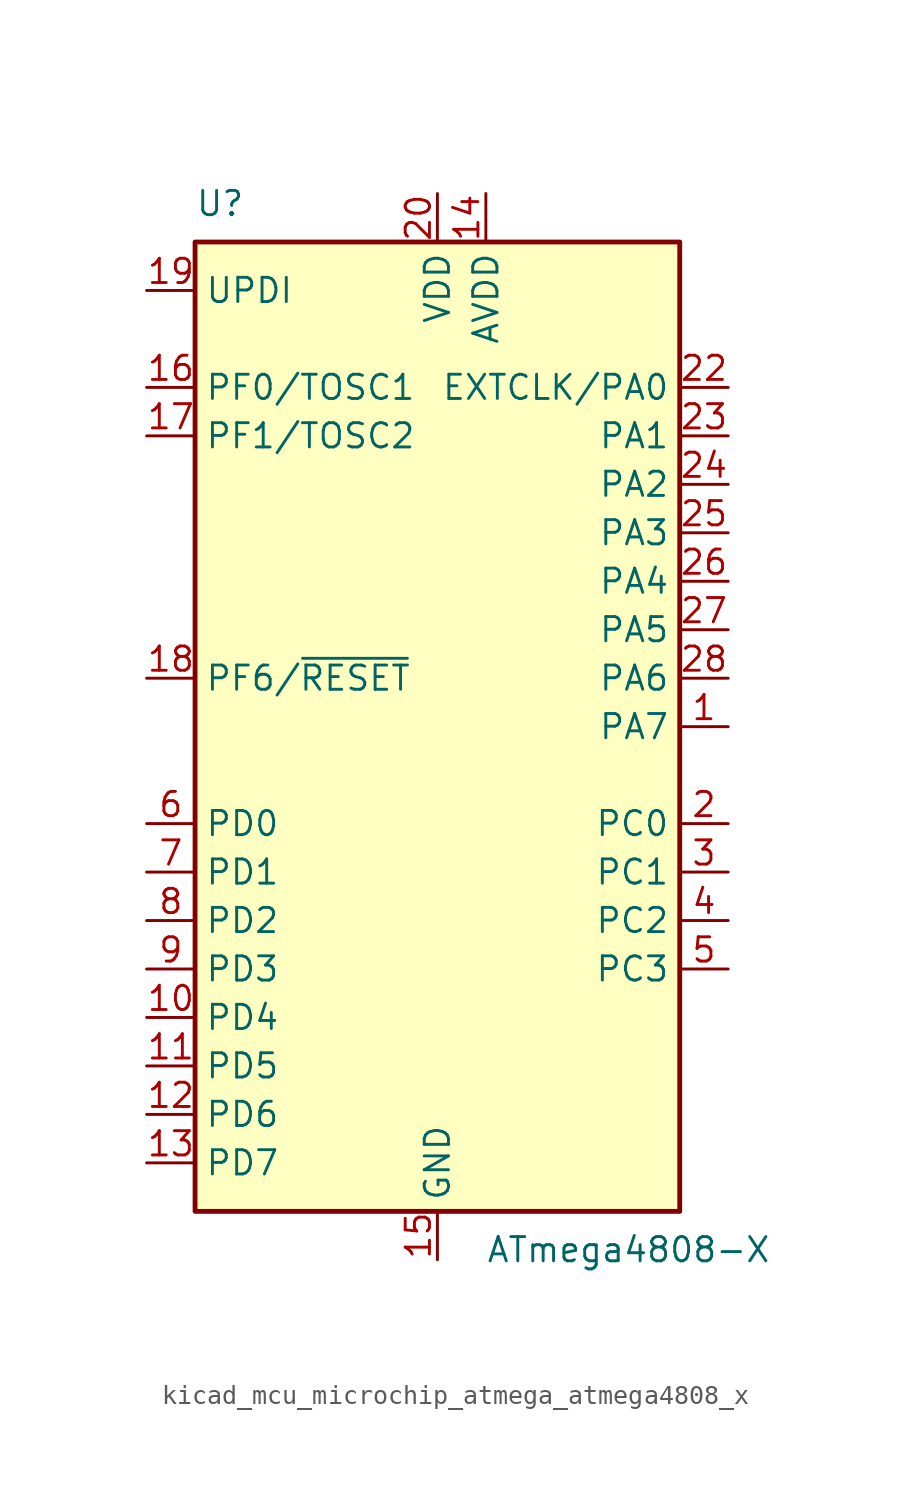
<source format=kicad_sym>
(kicad_symbol_lib
  (version 20220914)
  (generator kicad_symbol_editor)
  (symbol "kicad_mcu_microchip_atmega_atmega4808_x"
    (property "Reference" "U"
      (at -12.7 26.67 0)
      (effects (font (size 1.27 1.27)) (justify left bottom)))
    (property "Value" "ATmega4808-X"
      (at 2.54 -26.67 0)
      (effects (font (size 1.27 1.27)) (justify left top)))
    (symbol "kicad_mcu_microchip_atmega_atmega4808_x_0_1"
      (rectangle (start -12.7 -25.4) (end 12.7 25.4) (stroke (width 0.254) (type default)) (fill (type background))))
    (symbol "kicad_mcu_microchip_atmega_atmega4808_x_1_1"
      (pin bidirectional line (at 15.24 0 180) (length 2.54) (name "PA7" (effects (font (size 1.27 1.27)))) (number "1" (effects (font (size 1.27 1.27)))))
      (pin bidirectional line (at -15.24 -15.24 0) (length 2.54) (name "PD4" (effects (font (size 1.27 1.27)))) (number "10" (effects (font (size 1.27 1.27)))))
      (pin bidirectional line (at -15.24 -17.78 0) (length 2.54) (name "PD5" (effects (font (size 1.27 1.27)))) (number "11" (effects (font (size 1.27 1.27)))))
      (pin bidirectional line (at -15.24 -20.32 0) (length 2.54) (name "PD6" (effects (font (size 1.27 1.27)))) (number "12" (effects (font (size 1.27 1.27)))))
      (pin bidirectional line (at -15.24 -22.86 0) (length 2.54) (name "PD7" (effects (font (size 1.27 1.27)))) (number "13" (effects (font (size 1.27 1.27)))))
      (pin power_in line (at 2.54 27.94 270) (length 2.54) (name "AVDD" (effects (font (size 1.27 1.27)))) (number "14" (effects (font (size 1.27 1.27)))))
      (pin power_in line (at 0 -27.94 90) (length 2.54) (name "GND" (effects (font (size 1.27 1.27)))) (number "15" (effects (font (size 1.27 1.27)))))
      (pin bidirectional line (at -15.24 17.78 0) (length 2.54) (name "PF0/TOSC1" (effects (font (size 1.27 1.27)))) (number "16" (effects (font (size 1.27 1.27)))))
      (pin bidirectional line (at -15.24 15.24 0) (length 2.54) (name "PF1/TOSC2" (effects (font (size 1.27 1.27)))) (number "17" (effects (font (size 1.27 1.27)))))
      (pin bidirectional line (at -15.24 2.54 0) (length 2.54) (name "PF6/~{RESET}" (effects (font (size 1.27 1.27)))) (number "18" (effects (font (size 1.27 1.27)))))
      (pin bidirectional line (at -15.24 22.86 0) (length 2.54) (name "UPDI" (effects (font (size 1.27 1.27)))) (number "19" (effects (font (size 1.27 1.27)))))
      (pin bidirectional line (at 15.24 -5.08 180) (length 2.54) (name "PC0" (effects (font (size 1.27 1.27)))) (number "2" (effects (font (size 1.27 1.27)))))
      (pin power_in line (at 0 27.94 270) (length 2.54) (name "VDD" (effects (font (size 1.27 1.27)))) (number "20" (effects (font (size 1.27 1.27)))))
      (pin passive line (at 0 -27.94 90) (length 2.54) hide (name "GND" (effects (font (size 1.27 1.27)))) (number "21" (effects (font (size 1.27 1.27)))))
      (pin bidirectional line (at 15.24 17.78 180) (length 2.54) (name "EXTCLK/PA0" (effects (font (size 1.27 1.27)))) (number "22" (effects (font (size 1.27 1.27)))))
      (pin bidirectional line (at 15.24 15.24 180) (length 2.54) (name "PA1" (effects (font (size 1.27 1.27)))) (number "23" (effects (font (size 1.27 1.27)))))
      (pin bidirectional line (at 15.24 12.7 180) (length 2.54) (name "PA2" (effects (font (size 1.27 1.27)))) (number "24" (effects (font (size 1.27 1.27)))))
      (pin bidirectional line (at 15.24 10.16 180) (length 2.54) (name "PA3" (effects (font (size 1.27 1.27)))) (number "25" (effects (font (size 1.27 1.27)))))
      (pin bidirectional line (at 15.24 7.62 180) (length 2.54) (name "PA4" (effects (font (size 1.27 1.27)))) (number "26" (effects (font (size 1.27 1.27)))))
      (pin bidirectional line (at 15.24 5.08 180) (length 2.54) (name "PA5" (effects (font (size 1.27 1.27)))) (number "27" (effects (font (size 1.27 1.27)))))
      (pin bidirectional line (at 15.24 2.54 180) (length 2.54) (name "PA6" (effects (font (size 1.27 1.27)))) (number "28" (effects (font (size 1.27 1.27)))))
      (pin bidirectional line (at 15.24 -7.62 180) (length 2.54) (name "PC1" (effects (font (size 1.27 1.27)))) (number "3" (effects (font (size 1.27 1.27)))))
      (pin bidirectional line (at 15.24 -10.16 180) (length 2.54) (name "PC2" (effects (font (size 1.27 1.27)))) (number "4" (effects (font (size 1.27 1.27)))))
      (pin bidirectional line (at 15.24 -12.7 180) (length 2.54) (name "PC3" (effects (font (size 1.27 1.27)))) (number "5" (effects (font (size 1.27 1.27)))))
      (pin bidirectional line (at -15.24 -5.08 0) (length 2.54) (name "PD0" (effects (font (size 1.27 1.27)))) (number "6" (effects (font (size 1.27 1.27)))))
      (pin bidirectional line (at -15.24 -7.62 0) (length 2.54) (name "PD1" (effects (font (size 1.27 1.27)))) (number "7" (effects (font (size 1.27 1.27)))))
      (pin bidirectional line (at -15.24 -10.16 0) (length 2.54) (name "PD2" (effects (font (size 1.27 1.27)))) (number "8" (effects (font (size 1.27 1.27)))))
      (pin bidirectional line (at -15.24 -12.7 0) (length 2.54) (name "PD3" (effects (font (size 1.27 1.27)))) (number "9" (effects (font (size 1.27 1.27))))))))
</source>
